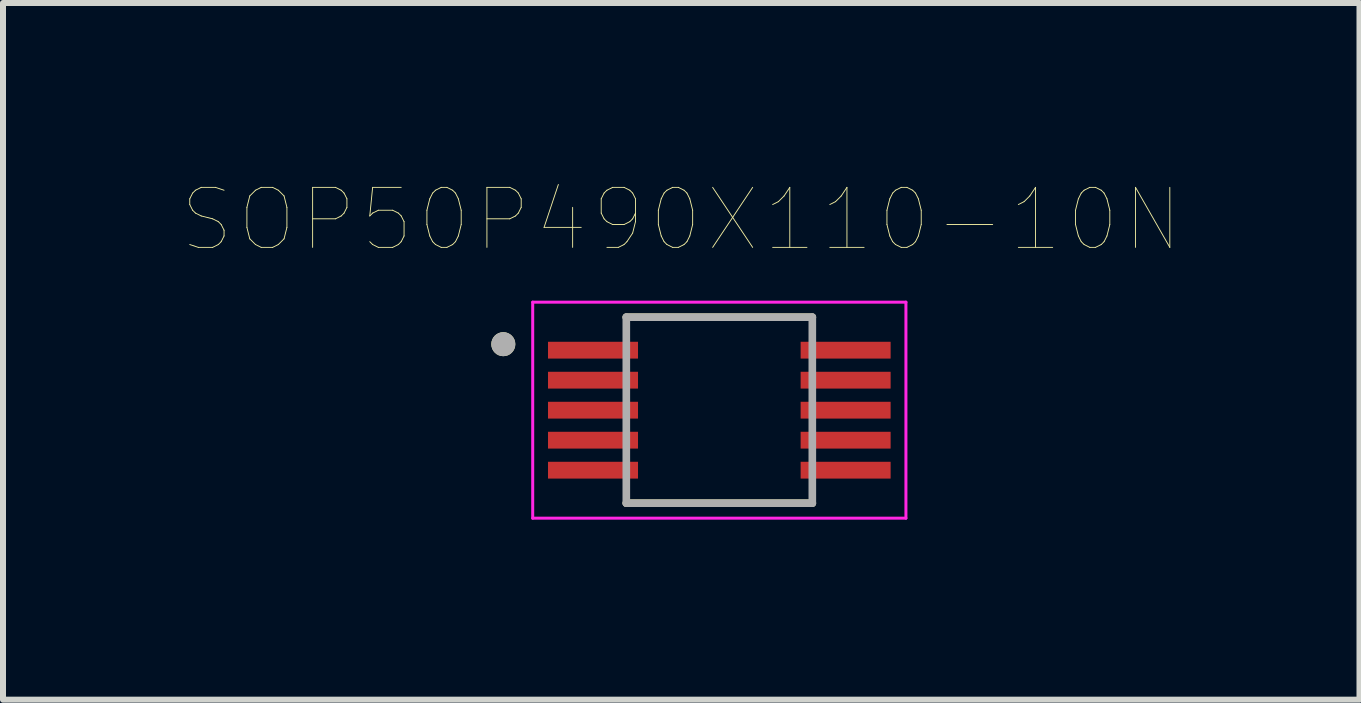
<source format=kicad_pcb>
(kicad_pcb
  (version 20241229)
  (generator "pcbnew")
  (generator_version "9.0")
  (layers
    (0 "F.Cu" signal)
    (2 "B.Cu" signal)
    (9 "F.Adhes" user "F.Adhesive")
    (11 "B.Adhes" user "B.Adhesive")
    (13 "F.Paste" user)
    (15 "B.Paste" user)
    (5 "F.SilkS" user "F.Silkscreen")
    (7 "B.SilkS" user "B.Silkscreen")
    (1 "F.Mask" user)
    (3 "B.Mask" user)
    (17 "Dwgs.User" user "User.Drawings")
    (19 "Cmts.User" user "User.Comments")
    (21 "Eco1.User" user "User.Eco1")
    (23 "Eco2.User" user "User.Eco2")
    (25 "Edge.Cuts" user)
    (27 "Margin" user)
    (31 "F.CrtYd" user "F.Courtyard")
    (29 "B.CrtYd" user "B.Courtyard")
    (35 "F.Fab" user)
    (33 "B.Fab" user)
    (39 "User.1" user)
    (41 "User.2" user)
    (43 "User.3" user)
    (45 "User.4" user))
  (footprint "SOP50P490X110-10N"
    (layer "F.Cu")
    (at 8.938 3.786)
    (property "Reference" "SOP50P490X110-10N" (at -0.635 -3.175 0) (layer "F.SilkS") (effects (font (size 1 1) (thickness 0.015))))
    (attr through_hole)
    (fp_line (start -1.55 -1.55) (end 1.55 -1.55) (stroke (width 0.127) (type solid)) (layer "F.SilkS"))
    (fp_line (start 1.55 1.55) (end -1.55 1.55) (stroke (width 0.127) (type solid)) (layer "F.SilkS"))
    (fp_circle (center -3.6 -1.1) (end -3.5 -1.1) (stroke (width 0.2) (type solid)) (fill no) (layer "F.SilkS"))
    (fp_line (start -3.11 -1.8) (end 3.11 -1.8) (stroke (width 0.05) (type solid)) (layer "F.CrtYd"))
    (fp_line (start -3.11 1.8) (end -3.11 -1.8) (stroke (width 0.05) (type solid)) (layer "F.CrtYd"))
    (fp_line (start 3.11 -1.8) (end 3.11 1.8) (stroke (width 0.05) (type solid)) (layer "F.CrtYd"))
    (fp_line (start 3.11 1.8) (end -3.11 1.8) (stroke (width 0.05) (type solid)) (layer "F.CrtYd"))
    (fp_line (start -1.55 -1.55) (end 1.55 -1.55) (stroke (width 0.127) (type solid)) (layer "F.Fab"))
    (fp_line (start -1.55 1.55) (end -1.55 -1.55) (stroke (width 0.127) (type solid)) (layer "F.Fab"))
    (fp_line (start 1.55 -1.55) (end 1.55 1.55) (stroke (width 0.127) (type solid)) (layer "F.Fab"))
    (fp_line (start 1.55 1.55) (end -1.55 1.55) (stroke (width 0.127) (type solid)) (layer "F.Fab"))
    (fp_circle (center -3.6 -1.1) (end -3.5 -1.1) (stroke (width 0.2) (type solid)) (fill no) (layer "F.Fab"))
    (pad "1" smd rect (at -2.105 -1) (size 1.5 0.28) (layers "F.Cu" "F.Mask" "F.Paste"))
    (pad "2" smd rect (at -2.105 -0.5) (size 1.5 0.28) (layers "F.Cu" "F.Mask" "F.Paste"))
    (pad "3" smd rect (at -2.105 0) (size 1.5 0.28) (layers "F.Cu" "F.Mask" "F.Paste"))
    (pad "4" smd rect (at -2.105 0.5) (size 1.5 0.28) (layers "F.Cu" "F.Mask" "F.Paste"))
    (pad "5" smd rect (at -2.105 1) (size 1.5 0.28) (layers "F.Cu" "F.Mask" "F.Paste"))
    (pad "6" smd rect (at 2.105 1) (size 1.5 0.28) (layers "F.Cu" "F.Mask" "F.Paste"))
    (pad "7" smd rect (at 2.105 0.5) (size 1.5 0.28) (layers "F.Cu" "F.Mask" "F.Paste"))
    (pad "8" smd rect (at 2.105 0) (size 1.5 0.28) (layers "F.Cu" "F.Mask" "F.Paste"))
    (pad "9" smd rect (at 2.105 -0.5) (size 1.5 0.28) (layers "F.Cu" "F.Mask" "F.Paste"))
    (pad "10" smd rect (at 2.105 -1) (size 1.5 0.28) (layers "F.Cu" "F.Mask" "F.Paste")))
  (gr_rect
    (start -3 -3)
    (end 19.607 8.611)
    (stroke (width 0.1) (type default))
    (fill no)
    (layer "Edge.Cuts")))
</source>
